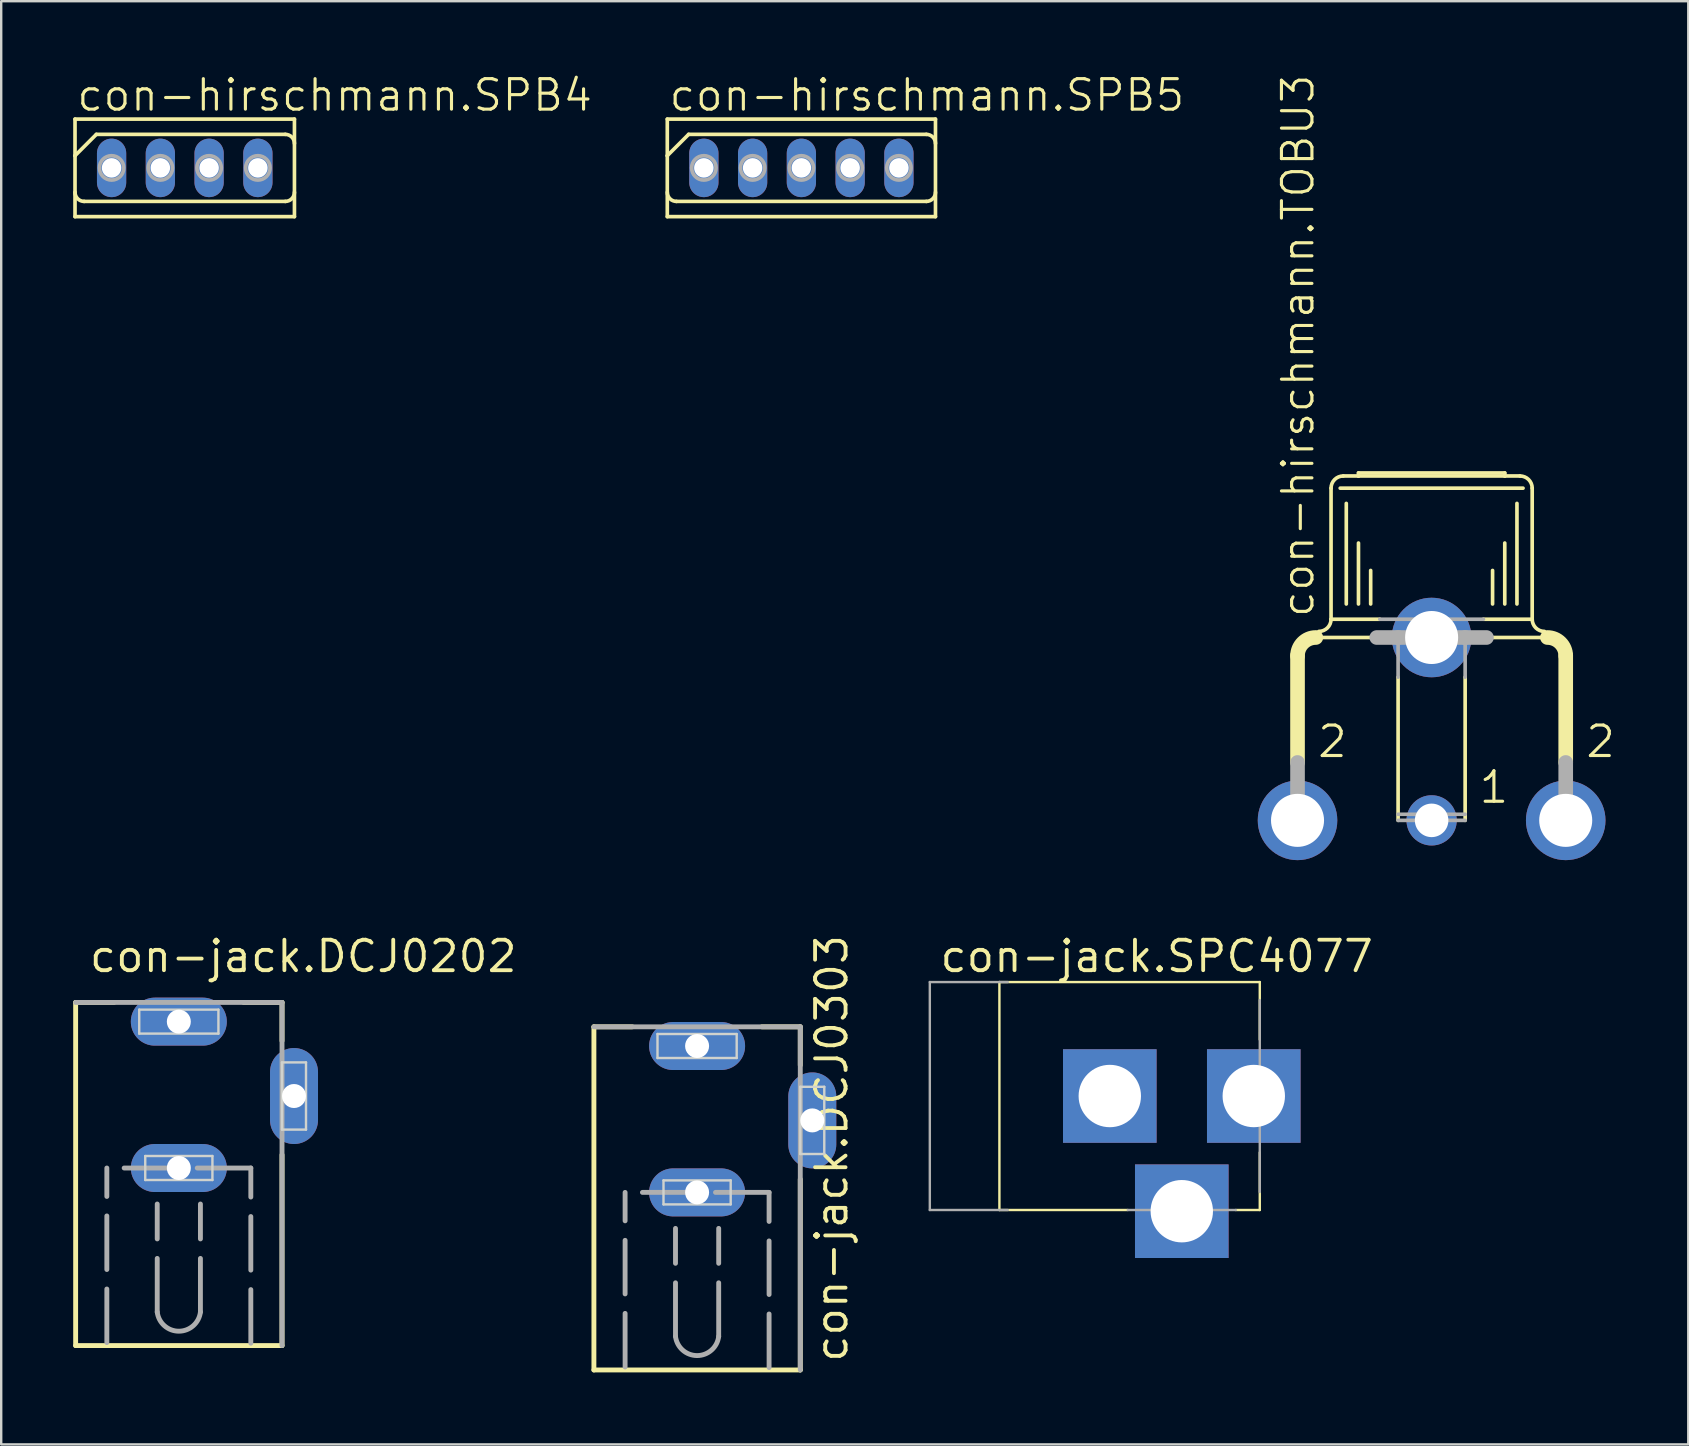
<source format=kicad_pcb>
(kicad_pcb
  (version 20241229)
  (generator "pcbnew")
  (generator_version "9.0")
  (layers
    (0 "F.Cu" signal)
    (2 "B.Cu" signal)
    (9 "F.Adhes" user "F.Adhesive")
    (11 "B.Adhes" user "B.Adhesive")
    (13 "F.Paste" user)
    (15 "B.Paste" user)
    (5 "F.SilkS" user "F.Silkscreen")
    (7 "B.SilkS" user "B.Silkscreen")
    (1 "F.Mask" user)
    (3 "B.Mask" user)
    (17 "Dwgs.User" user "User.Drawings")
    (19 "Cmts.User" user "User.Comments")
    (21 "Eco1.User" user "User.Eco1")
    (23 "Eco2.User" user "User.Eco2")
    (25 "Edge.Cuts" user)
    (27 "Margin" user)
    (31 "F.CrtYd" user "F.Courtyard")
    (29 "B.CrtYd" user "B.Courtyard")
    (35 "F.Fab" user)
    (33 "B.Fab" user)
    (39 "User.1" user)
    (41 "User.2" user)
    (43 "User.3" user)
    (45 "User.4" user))
  (footprint "con-hirschmann.SPB5"
    (layer "F.Cu")
    (at 30.345 3.946)
    (property "Reference" "con-hirschmann.SPB5" (at -5.588 -2.286 0) (layer "F.SilkS") (effects (font (size 1.27 1.27) (thickness 0.13)) (justify left bottom)))
    (attr through_hole)
    (fp_line (start -5.588 -2.032) (end -5.588 -0.508) (stroke (width 0.152) (type default)) (layer "F.SilkS"))
    (fp_line (start -5.588 -2.032) (end 5.588 -2.032) (stroke (width 0.152) (type default)) (layer "F.SilkS"))
    (fp_line (start -5.588 -0.508) (end -5.588 2.032) (stroke (width 0.152) (type default)) (layer "F.SilkS"))
    (fp_line (start -5.588 -0.508) (end -4.699 -1.397) (stroke (width 0.152) (type default)) (layer "F.SilkS"))
    (fp_line (start -5.207 1.397) (end 5.207 1.397) (stroke (width 0.152) (type default)) (layer "F.SilkS"))
    (fp_line (start -4.699 -1.397) (end 5.207 -1.397) (stroke (width 0.152) (type default)) (layer "F.SilkS"))
    (fp_line (start 5.588 2.032) (end -5.588 2.032) (stroke (width 0.152) (type default)) (layer "F.SilkS"))
    (fp_line (start 5.588 2.032) (end 5.588 -2.032) (stroke (width 0.152) (type default)) (layer "F.SilkS"))
    (fp_arc (start -5.207 1.397) (mid -5.476408 1.285408) (end -5.588 1.016) (stroke (width 0.1524) (type default)) (layer "F.SilkS"))
    (fp_arc (start 5.207 -1.397) (mid 5.476408 -1.285408) (end 5.588 -1.016) (stroke (width 0.1524) (type default)) (layer "F.SilkS"))
    (fp_arc (start 5.588 1.016) (mid 5.476408 1.285408) (end 5.207 1.397) (stroke (width 0.1524) (type default)) (layer "F.SilkS"))
    (fp_circle (center -4.064 0) (end -3.556 0) (stroke (width 0.152) (type default)) (fill no) (layer "F.Fab"))
    (fp_circle (center -2.032 0) (end -1.524 0) (stroke (width 0.152) (type default)) (fill no) (layer "F.Fab"))
    (fp_circle (center 0 0) (end 0.508 0) (stroke (width 0.152) (type default)) (fill no) (layer "F.Fab"))
    (fp_circle (center 2.032 0) (end 2.54 0) (stroke (width 0.152) (type default)) (fill no) (layer "F.Fab"))
    (fp_circle (center 4.064 0) (end 4.572 0) (stroke (width 0.152) (type default)) (fill no) (layer "F.Fab"))
    (pad "1" thru_hole oval (at -4.064 0 90) (size 2.438 1.219) (drill 0.813) (layers "*.Cu" "*.Mask"))
    (pad "2" thru_hole oval (at -2.032 0 90) (size 2.438 1.219) (drill 0.813) (layers "*.Cu" "*.Mask"))
    (pad "3" thru_hole oval (at 0 0 90) (size 2.438 1.219) (drill 0.813) (layers "*.Cu" "*.Mask"))
    (pad "4" thru_hole oval (at 2.032 0 90) (size 2.438 1.219) (drill 0.813) (layers "*.Cu" "*.Mask"))
    (pad "5" thru_hole oval (at 4.064 0 90) (size 2.438 1.219) (drill 0.813) (layers "*.Cu" "*.Mask")))
  (footprint "con-hirschmann.SPB4"
    (layer "F.Cu")
    (at 4.648 3.946)
    (property "Reference" "con-hirschmann.SPB4" (at -4.572 -2.286 0) (layer "F.SilkS") (effects (font (size 1.27 1.27) (thickness 0.13)) (justify left bottom)))
    (attr through_hole)
    (fp_line (start -4.572 -2.032) (end -4.572 -0.508) (stroke (width 0.152) (type default)) (layer "F.SilkS"))
    (fp_line (start -4.572 -2.032) (end 4.572 -2.032) (stroke (width 0.152) (type default)) (layer "F.SilkS"))
    (fp_line (start -4.572 -0.508) (end -4.572 2.032) (stroke (width 0.152) (type default)) (layer "F.SilkS"))
    (fp_line (start -4.572 -0.508) (end -3.683 -1.397) (stroke (width 0.152) (type default)) (layer "F.SilkS"))
    (fp_line (start -4.191 1.397) (end 4.191 1.397) (stroke (width 0.152) (type default)) (layer "F.SilkS"))
    (fp_line (start -3.683 -1.397) (end 4.191 -1.397) (stroke (width 0.152) (type default)) (layer "F.SilkS"))
    (fp_line (start 4.572 2.032) (end -4.572 2.032) (stroke (width 0.152) (type default)) (layer "F.SilkS"))
    (fp_line (start 4.572 2.032) (end 4.572 -2.032) (stroke (width 0.152) (type default)) (layer "F.SilkS"))
    (fp_arc (start -4.191 1.397) (mid -4.460408 1.285408) (end -4.572 1.016) (stroke (width 0.1524) (type default)) (layer "F.SilkS"))
    (fp_arc (start 4.191 -1.397) (mid 4.460408 -1.285408) (end 4.572 -1.016) (stroke (width 0.1524) (type default)) (layer "F.SilkS"))
    (fp_arc (start 4.572 1.016) (mid 4.460408 1.285408) (end 4.191 1.397) (stroke (width 0.1524) (type default)) (layer "F.SilkS"))
    (fp_circle (center -3.048 0) (end -2.54 0) (stroke (width 0.152) (type default)) (fill no) (layer "F.Fab"))
    (fp_circle (center -1.016 0) (end -0.508 0) (stroke (width 0.152) (type default)) (fill no) (layer "F.Fab"))
    (fp_circle (center 1.016 0) (end 1.524 0) (stroke (width 0.152) (type default)) (fill no) (layer "F.Fab"))
    (fp_circle (center 3.048 0) (end 3.556 0) (stroke (width 0.152) (type default)) (fill no) (layer "F.Fab"))
    (pad "1" thru_hole oval (at -3.048 0 90) (size 2.438 1.219) (drill 0.813) (layers "*.Cu" "*.Mask"))
    (pad "2" thru_hole oval (at -1.016 0 90) (size 2.438 1.219) (drill 0.813) (layers "*.Cu" "*.Mask"))
    (pad "3" thru_hole oval (at 1.016 0 90) (size 2.438 1.219) (drill 0.813) (layers "*.Cu" "*.Mask"))
    (pad "4" thru_hole oval (at 3.048 0 90) (size 2.438 1.219) (drill 0.813) (layers "*.Cu" "*.Mask")))
  (footprint "con-jack.DCJ0303"
    (layer "F.Cu")
    (at 25.999 43.639)
    (property "Reference" "con-jack.DCJ0303" (at 6.35 10.16 90) (layer "F.SilkS") (effects (font (size 1.27 1.27) (thickness 0.16)) (justify left bottom)))
    (attr through_hole)
    (fp_line (start -4.3 -3.9) (end -4.3 10.4) (stroke (width 0.203) (type default)) (layer "F.SilkS"))
    (fp_line (start -4.3 10.4) (end 4.3 10.4) (stroke (width 0.203) (type default)) (layer "F.SilkS"))
    (fp_line (start -2.7 -3.9) (end -4.3 -3.9) (stroke (width 0.203) (type default)) (layer "F.SilkS"))
    (fp_line (start 4.3 -3.9) (end 2.7 -3.9) (stroke (width 0.203) (type default)) (layer "F.SilkS"))
    (fp_line (start 4.3 -2.3) (end 4.3 -3.9) (stroke (width 0.203) (type default)) (layer "F.SilkS"))
    (fp_line (start 4.3 10.4) (end 4.3 2.45) (stroke (width 0.203) (type default)) (layer "F.SilkS"))
    (fp_line (start -1.65 -3.6) (end 1.65 -3.6) (stroke (width 0.1) (type default)) (layer "Edge.Cuts"))
    (fp_line (start -1.65 -2.6) (end -1.65 -3.6) (stroke (width 0.1) (type default)) (layer "Edge.Cuts"))
    (fp_line (start -1.4 2.5) (end 1.4 2.5) (stroke (width 0.1) (type default)) (layer "Edge.Cuts"))
    (fp_line (start -1.4 3.5) (end -1.4 2.5) (stroke (width 0.1) (type default)) (layer "Edge.Cuts"))
    (fp_line (start 1.4 2.5) (end 1.4 3.5) (stroke (width 0.1) (type default)) (layer "Edge.Cuts"))
    (fp_line (start 1.4 3.5) (end -1.4 3.5) (stroke (width 0.1) (type default)) (layer "Edge.Cuts"))
    (fp_line (start 1.65 -3.6) (end 1.65 -2.6) (stroke (width 0.1) (type default)) (layer "Edge.Cuts"))
    (fp_line (start 1.65 -2.6) (end -1.65 -2.6) (stroke (width 0.1) (type default)) (layer "Edge.Cuts"))
    (fp_line (start 4.3 -1.4) (end 4.3 1.4) (stroke (width 0.1) (type default)) (layer "Edge.Cuts"))
    (fp_line (start 4.3 1.4) (end 5.3 1.4) (stroke (width 0.1) (type default)) (layer "Edge.Cuts"))
    (fp_line (start 5.3 -1.4) (end 4.3 -1.4) (stroke (width 0.1) (type default)) (layer "Edge.Cuts"))
    (fp_line (start 5.3 1.4) (end 5.3 -1.4) (stroke (width 0.1) (type default)) (layer "Edge.Cuts"))
    (fp_line (start -3 10.275) (end -3 3) (stroke (width 0.203) (type dash)) (layer "F.Fab"))
    (fp_line (start -0.9 9) (end -0.9 4.5) (stroke (width 0.203) (type dash)) (layer "F.Fab"))
    (fp_line (start 0.9 9) (end 0.9 4.5) (stroke (width 0.203) (type dash)) (layer "F.Fab"))
    (fp_line (start 3 3) (end -3 3) (stroke (width 0.203) (type dash)) (layer "F.Fab"))
    (fp_line (start 3 10.3) (end 3 3) (stroke (width 0.203) (type dash)) (layer "F.Fab"))
    (fp_line (start 4.3 -3.9) (end -4.3 -3.9) (stroke (width 0.203) (type default)) (layer "F.Fab"))
    (fp_line (start 4.3 10.4) (end 4.3 -3.9) (stroke (width 0.203) (type default)) (layer "F.Fab"))
    (fp_arc (start 0.9 9) (mid 0 9.800309) (end -0.9 9) (stroke (width 0.2032) (type default)) (layer "F.Fab"))
    (pad "1" thru_hole oval (at 0 -3.1) (size 4 2) (drill 1) (layers "*.Cu" "*.Mask"))
    (pad "2" thru_hole oval (at 4.8 0 90) (size 4 2) (drill 1) (layers "*.Cu" "*.Mask"))
    (pad "3" thru_hole oval (at 0 3) (size 4 2) (drill 1) (layers "*.Cu" "*.Mask")))
  (footprint "con-jack.DCJ0202"
    (layer "F.Cu")
    (at 4.402 42.623)
    (property "Reference" "con-jack.DCJ0202" (at -3.81 -5.08 0) (layer "F.SilkS") (effects (font (size 1.27 1.27) (thickness 0.16)) (justify left bottom)))
    (attr through_hole)
    (fp_line (start -4.3 -3.9) (end -4.3 10.4) (stroke (width 0.203) (type default)) (layer "F.SilkS"))
    (fp_line (start -4.3 10.4) (end 4.3 10.4) (stroke (width 0.203) (type default)) (layer "F.SilkS"))
    (fp_line (start -2.7 -3.9) (end -4.3 -3.9) (stroke (width 0.203) (type default)) (layer "F.SilkS"))
    (fp_line (start 4.3 -3.9) (end 2.7 -3.9) (stroke (width 0.203) (type default)) (layer "F.SilkS"))
    (fp_line (start 4.3 -2.3) (end 4.3 -3.9) (stroke (width 0.203) (type default)) (layer "F.SilkS"))
    (fp_line (start 4.3 10.4) (end 4.3 2.45) (stroke (width 0.203) (type default)) (layer "F.SilkS"))
    (fp_line (start -1.65 -3.6) (end 1.65 -3.6) (stroke (width 0.1) (type default)) (layer "Edge.Cuts"))
    (fp_line (start -1.65 -2.6) (end -1.65 -3.6) (stroke (width 0.1) (type default)) (layer "Edge.Cuts"))
    (fp_line (start -1.4 2.5) (end 1.4 2.5) (stroke (width 0.1) (type default)) (layer "Edge.Cuts"))
    (fp_line (start -1.4 3.5) (end -1.4 2.5) (stroke (width 0.1) (type default)) (layer "Edge.Cuts"))
    (fp_line (start 1.4 2.5) (end 1.4 3.5) (stroke (width 0.1) (type default)) (layer "Edge.Cuts"))
    (fp_line (start 1.4 3.5) (end -1.4 3.5) (stroke (width 0.1) (type default)) (layer "Edge.Cuts"))
    (fp_line (start 1.65 -3.6) (end 1.65 -2.6) (stroke (width 0.1) (type default)) (layer "Edge.Cuts"))
    (fp_line (start 1.65 -2.6) (end -1.65 -2.6) (stroke (width 0.1) (type default)) (layer "Edge.Cuts"))
    (fp_line (start 4.3 -1.4) (end 4.3 1.4) (stroke (width 0.1) (type default)) (layer "Edge.Cuts"))
    (fp_line (start 4.3 1.4) (end 5.3 1.4) (stroke (width 0.1) (type default)) (layer "Edge.Cuts"))
    (fp_line (start 5.3 -1.4) (end 4.3 -1.4) (stroke (width 0.1) (type default)) (layer "Edge.Cuts"))
    (fp_line (start 5.3 1.4) (end 5.3 -1.4) (stroke (width 0.1) (type default)) (layer "Edge.Cuts"))
    (fp_line (start -3 10.275) (end -3 3) (stroke (width 0.203) (type dash)) (layer "F.Fab"))
    (fp_line (start -0.9 9) (end -0.9 4.5) (stroke (width 0.203) (type dash)) (layer "F.Fab"))
    (fp_line (start 0.9 9) (end 0.9 4.5) (stroke (width 0.203) (type dash)) (layer "F.Fab"))
    (fp_line (start 3 3) (end -3 3) (stroke (width 0.203) (type dash)) (layer "F.Fab"))
    (fp_line (start 3 10.3) (end 3 3) (stroke (width 0.203) (type dash)) (layer "F.Fab"))
    (fp_line (start 4.3 -3.9) (end -4.3 -3.9) (stroke (width 0.203) (type default)) (layer "F.Fab"))
    (fp_line (start 4.3 10.4) (end 4.3 -3.9) (stroke (width 0.203) (type default)) (layer "F.Fab"))
    (fp_arc (start 0.9 9) (mid 0 9.800309) (end -0.9 9) (stroke (width 0.2032) (type default)) (layer "F.Fab"))
    (pad "1" thru_hole oval (at 0 -3.1) (size 4 2) (drill 1) (layers "*.Cu" "*.Mask"))
    (pad "2" thru_hole oval (at 4.8 0 90) (size 4 2) (drill 1) (layers "*.Cu" "*.Mask"))
    (pad "3" thru_hole oval (at 0 3) (size 4 2) (drill 1) (layers "*.Cu" "*.Mask")))
  (footprint "con-jack.SPC4077"
    (layer "F.Cu")
    (at 46.197 42.623)
    (property "Reference" "con-jack.SPC4077" (at -10.16 -5.08 0) (layer "F.SilkS") (effects (font (size 1.27 1.27) (thickness 0.16)) (justify left bottom)))
    (attr through_hole)
    (fp_line (start -7.6 -4.75) (end 3.25 -4.75) (stroke (width 0.1) (type default)) (layer "F.SilkS"))
    (fp_line (start -7.6 4.75) (end -7.6 -4.75) (stroke (width 0.1) (type default)) (layer "F.SilkS"))
    (fp_line (start -7.6 4.75) (end -2.25 4.75) (stroke (width 0.1) (type default)) (layer "F.SilkS"))
    (fp_line (start 2.25 4.75) (end 3.25 4.75) (stroke (width 0.1) (type default)) (layer "F.SilkS"))
    (fp_line (start 3.25 -2.35) (end 3.25 -4.75) (stroke (width 0.1) (type default)) (layer "F.SilkS"))
    (fp_line (start 3.25 4.75) (end 3.25 2.35) (stroke (width 0.1) (type default)) (layer "F.SilkS"))
    (fp_line (start -10.5 -4.75) (end -7.25 -4.75) (stroke (width 0.1) (type default)) (layer "F.Fab"))
    (fp_line (start -10.5 4.75) (end -10.5 -4.75) (stroke (width 0.1) (type default)) (layer "F.Fab"))
    (fp_line (start -10.5 4.75) (end -7.25 4.75) (stroke (width 0.1) (type default)) (layer "F.Fab"))
    (fp_line (start -2.25 4.75) (end 2.25 4.75) (stroke (width 0.1) (type default)) (layer "F.Fab"))
    (fp_line (start 3.25 4) (end 3.25 -4) (stroke (width 0.1) (type default)) (layer "F.Fab"))
    (pad "1" thru_hole rect (at -3 0 90) (size 3.9 3.9) (drill 2.6) (layers "*.Cu" "*.Mask"))
    (pad "2" thru_hole rect (at 0 4.8) (size 3.9 3.9) (drill 2.6) (layers "*.Cu" "*.Mask"))
    (pad "3" thru_hole rect (at 3 0 90) (size 3.9 3.9) (drill 2.6) (layers "*.Cu" "*.Mask")))
  (footprint "con-hirschmann.TOBU3"
    (layer "F.Cu")
    (at 56.608 28.596)
    (property "Reference" "con-hirschmann.TOBU3" (at -4.826 -5.842 90) (layer "F.SilkS") (effects (font (size 1.27 1.27) (thickness 0.13)) (justify left bottom)))
    (attr through_hole)
    (fp_line (start -5.588 0.127) (end -5.588 -4.318) (stroke (width 0.61) (type default)) (layer "F.SilkS"))
    (fp_line (start -4.826 -5.08) (end -2.286 -5.08) (stroke (width 0.152) (type default)) (layer "F.SilkS"))
    (fp_line (start -4.191 -5.842) (end -4.191 -11.303) (stroke (width 0.152) (type default)) (layer "F.SilkS"))
    (fp_line (start -3.81 -11.303) (end 3.81 -11.303) (stroke (width 0.152) (type default)) (layer "F.SilkS"))
    (fp_line (start -3.683 -11.811) (end -3.048 -11.811) (stroke (width 0.152) (type default)) (layer "F.SilkS"))
    (fp_line (start -3.556 -6.477) (end -3.556 -10.668) (stroke (width 0.152) (type default)) (layer "F.SilkS"))
    (fp_line (start -3.048 -11.938) (end 3.048 -11.938) (stroke (width 0.152) (type default)) (layer "F.SilkS"))
    (fp_line (start -3.048 -11.811) (end -3.048 -11.938) (stroke (width 0.152) (type default)) (layer "F.SilkS"))
    (fp_line (start -3.048 -11.811) (end 3.048 -11.811) (stroke (width 0.152) (type default)) (layer "F.SilkS"))
    (fp_line (start -3.048 -6.477) (end -3.048 -9.017) (stroke (width 0.152) (type default)) (layer "F.SilkS"))
    (fp_line (start -2.54 -6.477) (end -2.54 -7.874) (stroke (width 0.152) (type default)) (layer "F.SilkS"))
    (fp_line (start -2.159 -5.842) (end -4.191 -5.842) (stroke (width 0.152) (type default)) (layer "F.SilkS"))
    (fp_line (start -1.397 2.54) (end -1.397 -3.429) (stroke (width 0.152) (type default)) (layer "F.SilkS"))
    (fp_line (start 1.397 2.54) (end 1.397 -3.429) (stroke (width 0.152) (type default)) (layer "F.SilkS"))
    (fp_line (start 2.286 -5.08) (end 4.826 -5.08) (stroke (width 0.152) (type default)) (layer "F.SilkS"))
    (fp_line (start 2.54 -6.477) (end 2.54 -7.874) (stroke (width 0.152) (type default)) (layer "F.SilkS"))
    (fp_line (start 3.048 -11.938) (end 3.048 -11.811) (stroke (width 0.152) (type default)) (layer "F.SilkS"))
    (fp_line (start 3.048 -11.811) (end 3.683 -11.811) (stroke (width 0.152) (type default)) (layer "F.SilkS"))
    (fp_line (start 3.048 -6.477) (end 3.048 -9.017) (stroke (width 0.152) (type default)) (layer "F.SilkS"))
    (fp_line (start 3.556 -6.477) (end 3.556 -10.668) (stroke (width 0.152) (type default)) (layer "F.SilkS"))
    (fp_line (start 4.191 -11.303) (end 4.191 -5.842) (stroke (width 0.152) (type default)) (layer "F.SilkS"))
    (fp_line (start 4.191 -5.842) (end 2.159 -5.842) (stroke (width 0.152) (type default)) (layer "F.SilkS"))
    (fp_line (start 5.588 -4.318) (end 5.588 0.127) (stroke (width 0.61) (type default)) (layer "F.SilkS"))
    (fp_arc (start -5.588 -4.318) (mid -5.364815 -4.856815) (end -4.826 -5.08) (stroke (width 0.6096) (type default)) (layer "F.SilkS"))
    (fp_arc (start -4.191 -11.303) (mid -4.04221 -11.66221) (end -3.683 -11.811) (stroke (width 0.1524) (type default)) (layer "F.SilkS"))
    (fp_arc (start -4.191 -5.842) (mid -4.33979 -5.48279) (end -4.699 -5.334) (stroke (width 0.1524) (type default)) (layer "F.SilkS"))
    (fp_arc (start 3.683 -11.811) (mid 4.04221 -11.66221) (end 4.191 -11.303) (stroke (width 0.1524) (type default)) (layer "F.SilkS"))
    (fp_arc (start 4.699 -5.334) (mid 4.33979 -5.48279) (end 4.191 -5.842) (stroke (width 0.1524) (type default)) (layer "F.SilkS"))
    (fp_arc (start 4.826 -5.08) (mid 5.364815 -4.856815) (end 5.588 -4.318) (stroke (width 0.6096) (type default)) (layer "F.SilkS"))
    (fp_line (start -5.588 0.127) (end -5.588 3.302) (stroke (width 0.61) (type default)) (layer "F.Fab"))
    (fp_line (start -1.397 -5.08) (end -2.286 -5.08) (stroke (width 0.61) (type default)) (layer "F.Fab"))
    (fp_line (start -1.397 -5.08) (end 1.397 -5.08) (stroke (width 0.61) (type default)) (layer "F.Fab"))
    (fp_line (start -1.397 -3.429) (end -1.397 -5.08) (stroke (width 0.152) (type default)) (layer "F.Fab"))
    (fp_line (start 1.397 -5.08) (end 2.286 -5.08) (stroke (width 0.61) (type default)) (layer "F.Fab"))
    (fp_line (start 1.397 -3.429) (end 1.397 -5.08) (stroke (width 0.152) (type default)) (layer "F.Fab"))
    (fp_line (start 1.397 2.286) (end -1.397 2.286) (stroke (width 0.152) (type default)) (layer "F.Fab"))
    (fp_line (start 1.397 2.54) (end -1.397 2.54) (stroke (width 0.152) (type default)) (layer "F.Fab"))
    (fp_line (start 2.159 -5.842) (end -2.159 -5.842) (stroke (width 0.152) (type default)) (layer "F.Fab"))
    (fp_line (start 5.588 0.127) (end 5.588 3.302) (stroke (width 0.61) (type default)) (layer "F.Fab"))
    (fp_text user "1" (at 1.905 1.905 0) (layer "F.SilkS") (effects (font (size 1.27 1.27) (thickness 0.13)) (justify left bottom)))
    (fp_text user "2 " (at -4.826 0 0) (layer "F.SilkS") (effects (font (size 1.27 1.27) (thickness 0.13)) (justify left bottom)))
    (fp_text user "2" (at 6.35 0 0) (layer "F.SilkS") (effects (font (size 1.27 1.27) (thickness 0.13)) (justify left bottom)))
    (pad "1" thru_hole circle (at 0 2.54) (size 2.095 2.095) (drill 1.397) (layers "*.Cu" "*.Mask"))
    (pad "2" thru_hole circle (at 5.588 2.54) (size 3.315 3.315) (drill 2.21) (layers "*.Cu" "*.Mask"))
    (pad "2@1" thru_hole circle (at -5.588 2.54) (size 3.315 3.315) (drill 2.21) (layers "*.Cu" "*.Mask"))
    (pad "2@2" thru_hole circle (at 0 -5.08) (size 3.315 3.315) (drill 2.21) (layers "*.Cu" "*.Mask")))
  (gr_rect
    (start -3 -3)
    (end 67.303 57.141)
    (stroke (width 0.1) (type default))
    (fill no)
    (layer "Edge.Cuts")))
</source>
